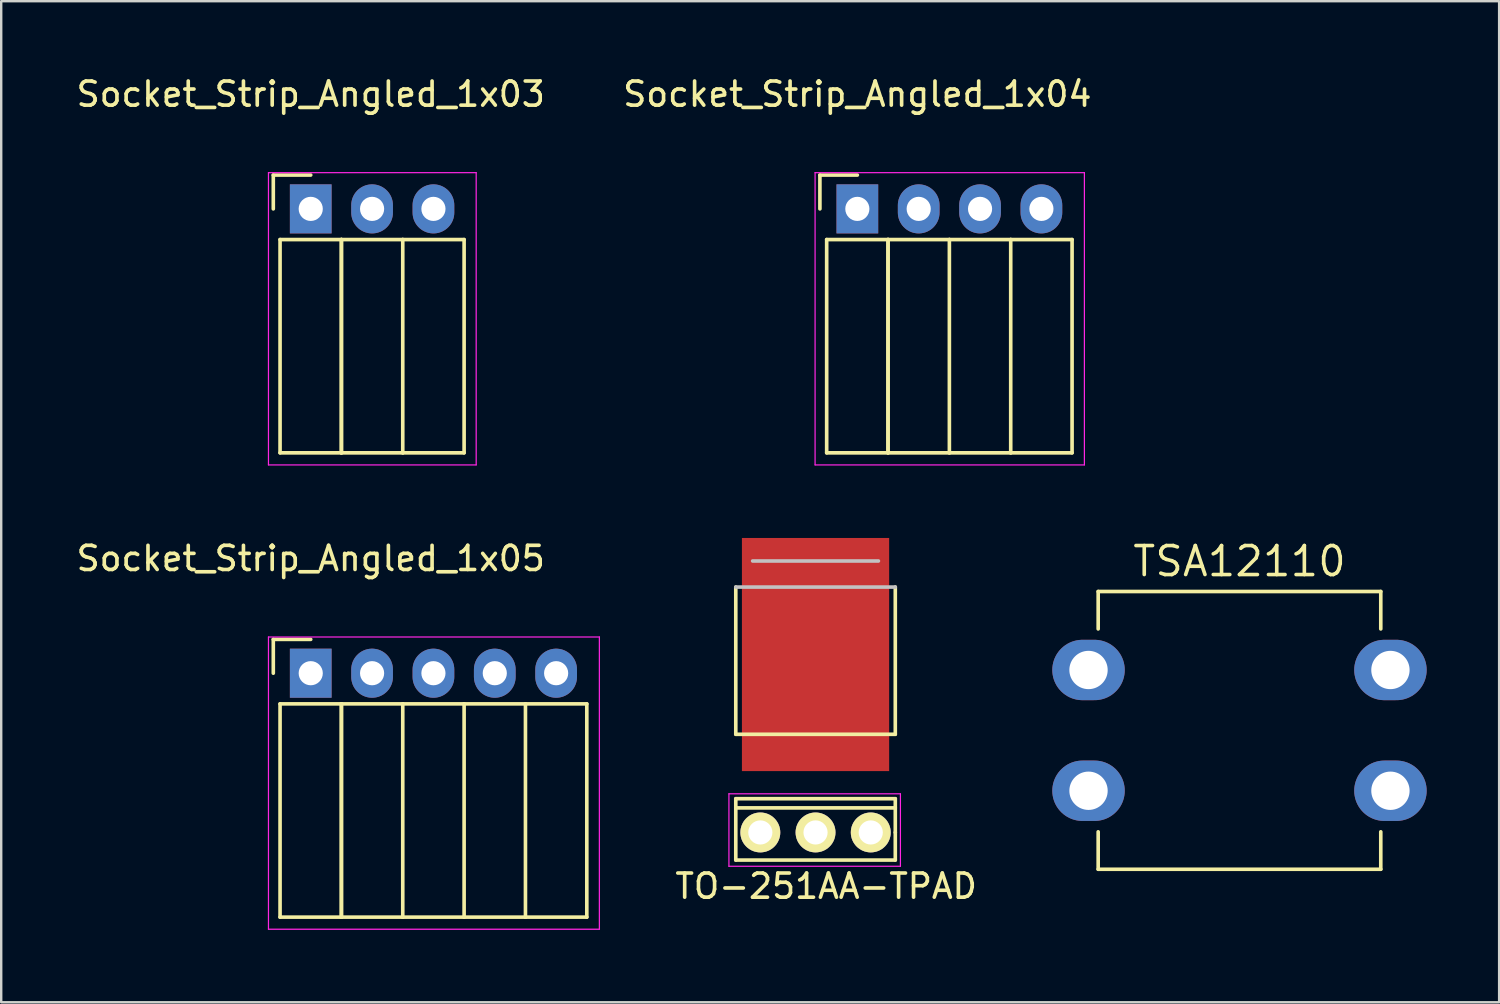
<source format=kicad_pcb>
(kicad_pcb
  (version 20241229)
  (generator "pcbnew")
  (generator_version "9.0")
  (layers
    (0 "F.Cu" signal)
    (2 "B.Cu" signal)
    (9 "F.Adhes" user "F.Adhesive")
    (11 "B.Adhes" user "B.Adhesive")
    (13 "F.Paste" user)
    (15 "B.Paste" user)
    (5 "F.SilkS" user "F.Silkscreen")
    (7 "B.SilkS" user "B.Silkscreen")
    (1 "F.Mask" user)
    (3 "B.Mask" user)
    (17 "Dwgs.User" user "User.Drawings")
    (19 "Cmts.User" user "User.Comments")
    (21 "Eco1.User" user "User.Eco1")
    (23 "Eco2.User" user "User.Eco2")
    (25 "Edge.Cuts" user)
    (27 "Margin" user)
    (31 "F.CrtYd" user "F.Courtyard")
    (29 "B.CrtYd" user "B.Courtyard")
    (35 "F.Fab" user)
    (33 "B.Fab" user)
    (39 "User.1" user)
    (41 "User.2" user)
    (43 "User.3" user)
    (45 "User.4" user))
  (footprint "Socket_Strip_Angled_1x05"
    (layer "F.Cu")
    (at 9.815 24.822)
    (property "Reference" "Socket_Strip_Angled_1x05" (at 0 -4.75 0) (layer "F.SilkS") (effects (font (size 1 1) (thickness 0.15))))
    (attr through_hole)
    (fp_line (start -1.55 -1.4) (end -1.55 0) (stroke (width 0.15) (type solid)) (layer "F.SilkS"))
    (fp_line (start -1.27 1.27) (end -1.27 10.1) (stroke (width 0.15) (type solid)) (layer "F.SilkS"))
    (fp_line (start -1.27 1.27) (end 1.27 1.27) (stroke (width 0.15) (type solid)) (layer "F.SilkS"))
    (fp_line (start -1.27 10.1) (end 1.27 10.1) (stroke (width 0.15) (type solid)) (layer "F.SilkS"))
    (fp_line (start 0 -1.4) (end -1.55 -1.4) (stroke (width 0.15) (type solid)) (layer "F.SilkS"))
    (fp_line (start 1.27 1.27) (end 1.27 10.1) (stroke (width 0.15) (type solid)) (layer "F.SilkS"))
    (fp_line (start 1.27 1.27) (end 3.81 1.27) (stroke (width 0.15) (type solid)) (layer "F.SilkS"))
    (fp_line (start 1.27 10.1) (end 1.27 1.27) (stroke (width 0.15) (type solid)) (layer "F.SilkS"))
    (fp_line (start 1.27 10.1) (end 3.81 10.1) (stroke (width 0.15) (type solid)) (layer "F.SilkS"))
    (fp_line (start 3.81 1.27) (end 6.35 1.27) (stroke (width 0.15) (type solid)) (layer "F.SilkS"))
    (fp_line (start 3.81 10.1) (end 3.81 1.27) (stroke (width 0.15) (type solid)) (layer "F.SilkS"))
    (fp_line (start 3.81 10.1) (end 6.35 10.1) (stroke (width 0.15) (type solid)) (layer "F.SilkS"))
    (fp_line (start 6.35 1.27) (end 8.89 1.27) (stroke (width 0.15) (type solid)) (layer "F.SilkS"))
    (fp_line (start 6.35 10.1) (end 6.35 1.27) (stroke (width 0.15) (type solid)) (layer "F.SilkS"))
    (fp_line (start 6.35 10.1) (end 8.89 10.1) (stroke (width 0.15) (type solid)) (layer "F.SilkS"))
    (fp_line (start 8.89 1.27) (end 11.43 1.27) (stroke (width 0.15) (type solid)) (layer "F.SilkS"))
    (fp_line (start 8.89 10.1) (end 8.89 1.27) (stroke (width 0.15) (type solid)) (layer "F.SilkS"))
    (fp_line (start 8.89 10.1) (end 11.43 10.1) (stroke (width 0.15) (type solid)) (layer "F.SilkS"))
    (fp_line (start 11.43 10.1) (end 11.43 1.27) (stroke (width 0.15) (type solid)) (layer "F.SilkS"))
    (fp_line (start -1.75 -1.5) (end -1.75 10.6) (stroke (width 0.05) (type solid)) (layer "F.CrtYd"))
    (fp_line (start -1.75 -1.5) (end 11.95 -1.5) (stroke (width 0.05) (type solid)) (layer "F.CrtYd"))
    (fp_line (start -1.75 10.6) (end 11.95 10.6) (stroke (width 0.05) (type solid)) (layer "F.CrtYd"))
    (fp_line (start 11.95 -1.5) (end 11.95 10.6) (stroke (width 0.05) (type solid)) (layer "F.CrtYd"))
    (pad "1" thru_hole rect (at 0 0) (size 1.727 2.032) (drill 1) (layers "*.Cu" "*.Mask"))
    (pad "2" thru_hole oval (at 2.54 0) (size 1.727 2.032) (drill 1) (layers "*.Cu" "*.Mask"))
    (pad "3" thru_hole oval (at 5.08 0) (size 1.727 2.032) (drill 1) (layers "*.Cu" "*.Mask"))
    (pad "4" thru_hole oval (at 7.62 0) (size 1.727 2.032) (drill 1) (layers "*.Cu" "*.Mask"))
    (pad "5" thru_hole oval (at 10.16 0) (size 1.727 2.032) (drill 1) (layers "*.Cu" "*.Mask")))
  (footprint "Socket_Strip_Angled_1x04"
    (layer "F.Cu")
    (at 32.446 5.598)
    (property "Reference" "Socket_Strip_Angled_1x04" (at 0 -4.75 0) (layer "F.SilkS") (effects (font (size 1 1) (thickness 0.15))))
    (attr through_hole)
    (fp_line (start -1.55 -1.4) (end -1.55 0) (stroke (width 0.15) (type solid)) (layer "F.SilkS"))
    (fp_line (start -1.27 1.27) (end -1.27 10.1) (stroke (width 0.15) (type solid)) (layer "F.SilkS"))
    (fp_line (start -1.27 1.27) (end 1.27 1.27) (stroke (width 0.15) (type solid)) (layer "F.SilkS"))
    (fp_line (start -1.27 10.1) (end 1.27 10.1) (stroke (width 0.15) (type solid)) (layer "F.SilkS"))
    (fp_line (start 0 -1.4) (end -1.55 -1.4) (stroke (width 0.15) (type solid)) (layer "F.SilkS"))
    (fp_line (start 1.27 1.27) (end 1.27 10.1) (stroke (width 0.15) (type solid)) (layer "F.SilkS"))
    (fp_line (start 1.27 1.27) (end 3.81 1.27) (stroke (width 0.15) (type solid)) (layer "F.SilkS"))
    (fp_line (start 1.27 10.1) (end 1.27 1.27) (stroke (width 0.15) (type solid)) (layer "F.SilkS"))
    (fp_line (start 1.27 10.1) (end 3.81 10.1) (stroke (width 0.15) (type solid)) (layer "F.SilkS"))
    (fp_line (start 3.81 1.27) (end 6.35 1.27) (stroke (width 0.15) (type solid)) (layer "F.SilkS"))
    (fp_line (start 3.81 10.1) (end 3.81 1.27) (stroke (width 0.15) (type solid)) (layer "F.SilkS"))
    (fp_line (start 3.81 10.1) (end 6.35 10.1) (stroke (width 0.15) (type solid)) (layer "F.SilkS"))
    (fp_line (start 6.35 1.27) (end 8.89 1.27) (stroke (width 0.15) (type solid)) (layer "F.SilkS"))
    (fp_line (start 6.35 10.1) (end 6.35 1.27) (stroke (width 0.15) (type solid)) (layer "F.SilkS"))
    (fp_line (start 6.35 10.1) (end 8.89 10.1) (stroke (width 0.15) (type solid)) (layer "F.SilkS"))
    (fp_line (start 8.89 10.1) (end 8.89 1.27) (stroke (width 0.15) (type solid)) (layer "F.SilkS"))
    (fp_line (start -1.75 -1.5) (end -1.75 10.6) (stroke (width 0.05) (type solid)) (layer "F.CrtYd"))
    (fp_line (start -1.75 -1.5) (end 9.4 -1.5) (stroke (width 0.05) (type solid)) (layer "F.CrtYd"))
    (fp_line (start -1.75 10.6) (end 9.4 10.6) (stroke (width 0.05) (type solid)) (layer "F.CrtYd"))
    (fp_line (start 9.4 -1.5) (end 9.4 10.6) (stroke (width 0.05) (type solid)) (layer "F.CrtYd"))
    (pad "1" thru_hole rect (at 0 0) (size 1.727 2.032) (drill 1) (layers "*.Cu" "*.Mask"))
    (pad "2" thru_hole oval (at 2.54 0) (size 1.727 2.032) (drill 1) (layers "*.Cu" "*.Mask"))
    (pad "3" thru_hole oval (at 5.08 0) (size 1.727 2.032) (drill 1) (layers "*.Cu" "*.Mask"))
    (pad "4" thru_hole oval (at 7.62 0) (size 1.727 2.032) (drill 1) (layers "*.Cu" "*.Mask")))
  (footprint "TSA12110"
    (layer "F.Cu")
    (at 42.017 24.689)
    (property "Reference" "TSA12110" (at 6.25 -4.5 180) (layer "F.SilkS") (effects (font (size 1.2 1.2) (thickness 0.15))))
    (attr through_hole)
    (fp_line (start 0.4 -3.25) (end 12.1 -3.25) (stroke (width 0.15) (type solid)) (layer "F.SilkS"))
    (fp_line (start 0.4 -1.7) (end 0.4 -3.25) (stroke (width 0.15) (type solid)) (layer "F.SilkS"))
    (fp_line (start 0.4 6.7) (end 0.4 8.25) (stroke (width 0.15) (type solid)) (layer "F.SilkS"))
    (fp_line (start 0.4 8.25) (end 12.1 8.25) (stroke (width 0.15) (type solid)) (layer "F.SilkS"))
    (fp_line (start 12.1 -1.7) (end 12.1 -3.25) (stroke (width 0.15) (type solid)) (layer "F.SilkS"))
    (fp_line (start 12.1 8.25) (end 12.1 6.7) (stroke (width 0.15) (type solid)) (layer "F.SilkS"))
    (pad "1" thru_hole oval (at 0 0) (size 3 2.5) (drill 1.587) (layers "*.Cu" "*.Mask"))
    (pad "2" thru_hole oval (at 12.5 0) (size 3 2.5) (drill 1.587) (layers "*.Cu" "*.Mask"))
    (pad "3" thru_hole oval (at 0 5) (size 3 2.5) (drill 1.587) (layers "*.Cu" "*.Mask"))
    (pad "4" thru_hole oval (at 12.5 5) (size 3 2.5) (drill 1.587) (layers "*.Cu" "*.Mask")))
  (footprint "TO-251AA-TPAD"
    (placed yes)
    (layer "F.Cu")
    (at 28.429 31.415)
    (property "Reference" "TO-251AA-TPAD" (at 2.725 2.225 180) (layer "F.SilkS") (effects (font (size 1 1) (thickness 0.15))))
    (attr through_hole)
    (fp_line (start -1.016 -10.16) (end -1.016 -4.064) (stroke (width 0.15) (type solid)) (layer "F.SilkS"))
    (fp_line (start -1.016 -4.064) (end 5.588 -4.064) (stroke (width 0.15) (type solid)) (layer "F.SilkS"))
    (fp_line (start -1.016 -1.397) (end -1.016 1.143) (stroke (width 0.15) (type solid)) (layer "F.SilkS"))
    (fp_line (start -1.016 1.143) (end 5.588 1.143) (stroke (width 0.15) (type solid)) (layer "F.SilkS"))
    (fp_line (start 5.588 -4.064) (end 5.588 -10.16) (stroke (width 0.15) (type solid)) (layer "F.SilkS"))
    (fp_line (start 5.588 -1.397) (end -1.016 -1.397) (stroke (width 0.15) (type solid)) (layer "F.SilkS"))
    (fp_line (start 5.588 -1.016) (end -1.016 -1.016) (stroke (width 0.15) (type solid)) (layer "F.SilkS"))
    (fp_line (start 5.588 0) (end 5.588 -1.397) (stroke (width 0.15) (type solid)) (layer "F.SilkS"))
    (fp_line (start 5.588 1.143) (end 5.588 0) (stroke (width 0.15) (type solid)) (layer "F.SilkS"))
    (fp_line (start -1.016 -10.16) (end 5.588 -10.16) (stroke (width 0.15) (type solid)) (layer "Dwgs.User"))
    (fp_line (start -0.318 -11.239) (end 4.889 -11.239) (stroke (width 0.15) (type solid)) (layer "Dwgs.User"))
    (fp_line (start -1.3 -1.6) (end -1.3 1.4) (stroke (width 0.05) (type solid)) (layer "F.CrtYd"))
    (fp_line (start -1.3 -1.6) (end 5.8 -1.6) (stroke (width 0.05) (type solid)) (layer "F.CrtYd"))
    (fp_line (start -1.3 1.4) (end 5.8 1.4) (stroke (width 0.05) (type solid)) (layer "F.CrtYd"))
    (fp_line (start 5.8 -1.6) (end 5.8 1.4) (stroke (width 0.05) (type solid)) (layer "F.CrtYd"))
    (pad "1" thru_hole circle (at 0 0 180) (size 1.651 1.651) (drill 1) (layers "*.Cu" "*.Mask" "F.SilkS"))
    (pad "2" thru_hole circle (at 2.286 0 180) (size 1.651 1.651) (drill 1) (layers "*.Cu" "*.Mask" "F.SilkS"))
    (pad "3" thru_hole circle (at 4.572 0 180) (size 1.651 1.651) (drill 1) (layers "*.Cu" "*.Mask" "F.SilkS"))
    (pad "4" smd rect (at 2.286 -9.525 180) (size 6.096 9.652) (drill (offset 0 -2.159)) (layers "F.Cu" "F.Mask" "F.Paste")))
  (footprint "Socket_Strip_Angled_1x03"
    (layer "F.Cu")
    (at 9.815 5.598)
    (property "Reference" "Socket_Strip_Angled_1x03" (at 0 -4.75 0) (layer "F.SilkS") (effects (font (size 1 1) (thickness 0.15))))
    (attr through_hole)
    (fp_line (start -1.55 -1.4) (end -1.55 0) (stroke (width 0.15) (type solid)) (layer "F.SilkS"))
    (fp_line (start -1.27 1.27) (end -1.27 10.1) (stroke (width 0.15) (type solid)) (layer "F.SilkS"))
    (fp_line (start -1.27 1.27) (end 1.27 1.27) (stroke (width 0.15) (type solid)) (layer "F.SilkS"))
    (fp_line (start -1.27 10.1) (end 1.27 10.1) (stroke (width 0.15) (type solid)) (layer "F.SilkS"))
    (fp_line (start 0 -1.4) (end -1.55 -1.4) (stroke (width 0.15) (type solid)) (layer "F.SilkS"))
    (fp_line (start 1.27 1.27) (end 1.27 10.1) (stroke (width 0.15) (type solid)) (layer "F.SilkS"))
    (fp_line (start 1.27 1.27) (end 3.81 1.27) (stroke (width 0.15) (type solid)) (layer "F.SilkS"))
    (fp_line (start 1.27 10.1) (end 1.27 1.27) (stroke (width 0.15) (type solid)) (layer "F.SilkS"))
    (fp_line (start 1.27 10.1) (end 3.81 10.1) (stroke (width 0.15) (type solid)) (layer "F.SilkS"))
    (fp_line (start 3.81 1.27) (end 6.35 1.27) (stroke (width 0.15) (type solid)) (layer "F.SilkS"))
    (fp_line (start 3.81 10.1) (end 3.81 1.27) (stroke (width 0.15) (type solid)) (layer "F.SilkS"))
    (fp_line (start 3.81 10.1) (end 6.35 10.1) (stroke (width 0.15) (type solid)) (layer "F.SilkS"))
    (fp_line (start 6.35 10.1) (end 6.35 1.27) (stroke (width 0.15) (type solid)) (layer "F.SilkS"))
    (fp_line (start -1.75 -1.5) (end -1.75 10.6) (stroke (width 0.05) (type solid)) (layer "F.CrtYd"))
    (fp_line (start -1.75 -1.5) (end 6.85 -1.5) (stroke (width 0.05) (type solid)) (layer "F.CrtYd"))
    (fp_line (start -1.75 10.6) (end 6.85 10.6) (stroke (width 0.05) (type solid)) (layer "F.CrtYd"))
    (fp_line (start 6.85 -1.5) (end 6.85 10.6) (stroke (width 0.05) (type solid)) (layer "F.CrtYd"))
    (pad "1" thru_hole rect (at 0 0) (size 1.727 2.032) (drill 1) (layers "*.Cu" "*.Mask"))
    (pad "2" thru_hole oval (at 2.54 0) (size 1.727 2.032) (drill 1) (layers "*.Cu" "*.Mask"))
    (pad "3" thru_hole oval (at 5.08 0) (size 1.727 2.032) (drill 1) (layers "*.Cu" "*.Mask")))
  (gr_rect
    (start -3 -3)
    (end 59.017 38.447)
    (stroke (width 0.1) (type default))
    (fill no)
    (layer "Edge.Cuts")))
</source>
